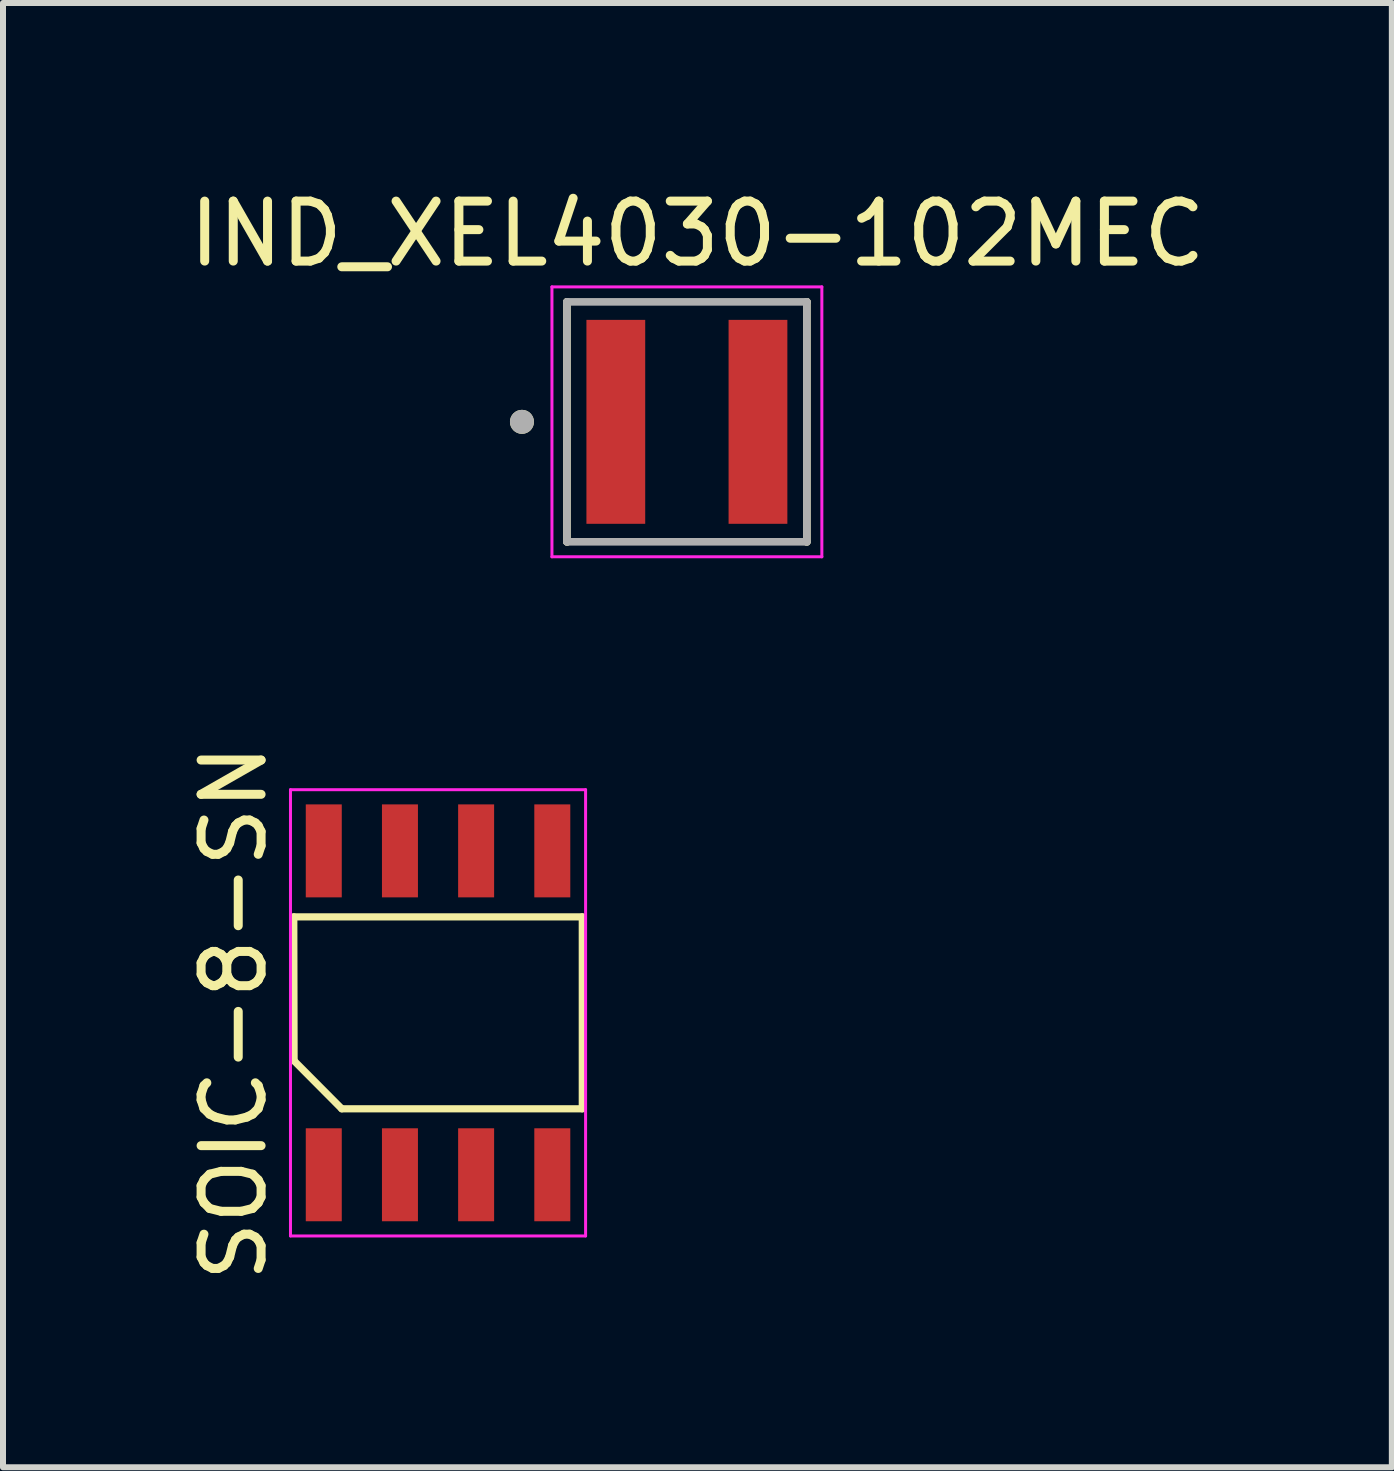
<source format=kicad_pcb>
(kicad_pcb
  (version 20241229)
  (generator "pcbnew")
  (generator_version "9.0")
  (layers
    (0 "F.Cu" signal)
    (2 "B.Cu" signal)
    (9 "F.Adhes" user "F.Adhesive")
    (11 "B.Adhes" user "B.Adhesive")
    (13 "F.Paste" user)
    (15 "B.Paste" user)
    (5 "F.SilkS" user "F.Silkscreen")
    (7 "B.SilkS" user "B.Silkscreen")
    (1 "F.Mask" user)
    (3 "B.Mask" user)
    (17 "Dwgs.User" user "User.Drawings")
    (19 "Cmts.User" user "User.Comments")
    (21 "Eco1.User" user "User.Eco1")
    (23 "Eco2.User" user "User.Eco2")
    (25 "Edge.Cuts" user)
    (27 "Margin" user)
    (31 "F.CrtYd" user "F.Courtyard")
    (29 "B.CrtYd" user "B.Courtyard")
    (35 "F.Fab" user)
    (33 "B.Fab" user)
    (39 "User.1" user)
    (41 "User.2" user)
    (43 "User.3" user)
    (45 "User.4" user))
  (footprint "IND_XEL4030-102MEC"
    (layer "F.Cu")
    (at 8.402 3.983)
    (property "Reference" "IND_XEL4030-102MEC" (at 0.175 -3.135 0) (layer "F.SilkS") (effects (font (size 1 1) (thickness 0.15))))
    (attr smd)
    (fp_line (start -2 -2) (end -1.995 -2) (stroke (width 0.127) (type solid)) (layer "F.SilkS"))
    (fp_line (start -2 2) (end -2 -2) (stroke (width 0.127) (type solid)) (layer "F.SilkS"))
    (fp_line (start -1.995 2) (end -2 2) (stroke (width 0.127) (type solid)) (layer "F.SilkS"))
    (fp_line (start 1.995 -2) (end 2 -2) (stroke (width 0.127) (type solid)) (layer "F.SilkS"))
    (fp_line (start 2 -2) (end 2 2) (stroke (width 0.127) (type solid)) (layer "F.SilkS"))
    (fp_line (start 2 2) (end 1.995 2) (stroke (width 0.127) (type solid)) (layer "F.SilkS"))
    (fp_circle (center -2.75 0) (end -2.65 0) (stroke (width 0.2) (type solid)) (fill no) (layer "F.SilkS"))
    (fp_line (start -2.25 -2.25) (end -2.25 2.25) (stroke (width 0.05) (type solid)) (layer "F.CrtYd"))
    (fp_line (start -2.25 2.25) (end 2.25 2.25) (stroke (width 0.05) (type solid)) (layer "F.CrtYd"))
    (fp_line (start 2.25 -2.25) (end -2.25 -2.25) (stroke (width 0.05) (type solid)) (layer "F.CrtYd"))
    (fp_line (start 2.25 2.25) (end 2.25 -2.25) (stroke (width 0.05) (type solid)) (layer "F.CrtYd"))
    (fp_line (start -2 -2) (end 2 -2) (stroke (width 0.127) (type solid)) (layer "F.Fab"))
    (fp_line (start -2 2) (end -2 -2) (stroke (width 0.127) (type solid)) (layer "F.Fab"))
    (fp_line (start 2 -2) (end 2 2) (stroke (width 0.127) (type solid)) (layer "F.Fab"))
    (fp_line (start 2 2) (end -2 2) (stroke (width 0.127) (type solid)) (layer "F.Fab"))
    (fp_circle (center -2.75 0) (end -2.65 0) (stroke (width 0.2) (type solid)) (fill no) (layer "F.Fab"))
    (pad "1" smd rect (at -1.185 0) (size 0.98 3.4) (layers "F.Cu" "F.Mask" "F.Paste"))
    (pad "2" smd rect (at 1.185 0) (size 0.98 3.4) (layers "F.Cu" "F.Mask" "F.Paste")))
  (footprint "SOIC-8-SN"
    (layer "F.Cu")
    (at 4.253 13.836)
    (property "Reference" "SOIC-8-SN" (at -3.405 0 90) (layer "F.SilkS") (effects (font (size 1 1) (thickness 0.15))))
    (attr smd)
    (fp_line (start -2.405 -1.6) (end 2.405 -1.6) (stroke (width 0.12) (type default)) (layer "F.SilkS"))
    (fp_line (start -2.4 0.8) (end -2.405 -1.6) (stroke (width 0.12) (type default)) (layer "F.SilkS"))
    (fp_line (start -1.605 1.6) (end -2.4 0.8) (stroke (width 0.12) (type default)) (layer "F.SilkS"))
    (fp_line (start 2.405 -1.6) (end 2.405 1.6) (stroke (width 0.12) (type default)) (layer "F.SilkS"))
    (fp_line (start 2.405 1.6) (end -1.605 1.6) (stroke (width 0.12) (type default)) (layer "F.SilkS"))
    (fp_line (start -2.46 -3.72) (end 2.46 -3.72) (stroke (width 0.05) (type default)) (layer "F.CrtYd"))
    (fp_line (start -2.46 3.72) (end -2.46 -3.72) (stroke (width 0.05) (type default)) (layer "F.CrtYd"))
    (fp_line (start 2.46 -3.72) (end 2.46 3.72) (stroke (width 0.05) (type default)) (layer "F.CrtYd"))
    (fp_line (start 2.46 3.72) (end -2.46 3.72) (stroke (width 0.05) (type default)) (layer "F.CrtYd"))
    (pad "1" smd rect (at -1.905 2.7) (size 0.6 1.55) (layers "F.Cu" "F.Mask" "F.Paste"))
    (pad "2" smd rect (at -0.635 2.7) (size 0.6 1.55) (layers "F.Cu" "F.Mask" "F.Paste"))
    (pad "3" smd rect (at 0.635 2.7) (size 0.6 1.55) (layers "F.Cu" "F.Mask" "F.Paste"))
    (pad "4" smd rect (at 1.905 2.7) (size 0.6 1.55) (layers "F.Cu" "F.Mask" "F.Paste"))
    (pad "5" smd rect (at 1.905 -2.7) (size 0.6 1.55) (layers "F.Cu" "F.Mask" "F.Paste"))
    (pad "6" smd rect (at 0.635 -2.7) (size 0.6 1.55) (layers "F.Cu" "F.Mask" "F.Paste"))
    (pad "7" smd rect (at -0.635 -2.7) (size 0.6 1.55) (layers "F.Cu" "F.Mask" "F.Paste"))
    (pad "8" smd rect (at -1.905 -2.7) (size 0.6 1.55) (layers "F.Cu" "F.Mask" "F.Paste")))
  (gr_rect
    (start -3 -3)
    (end 20.155 21.413)
    (stroke (width 0.1) (type default))
    (fill no)
    (layer "Edge.Cuts")))
</source>
